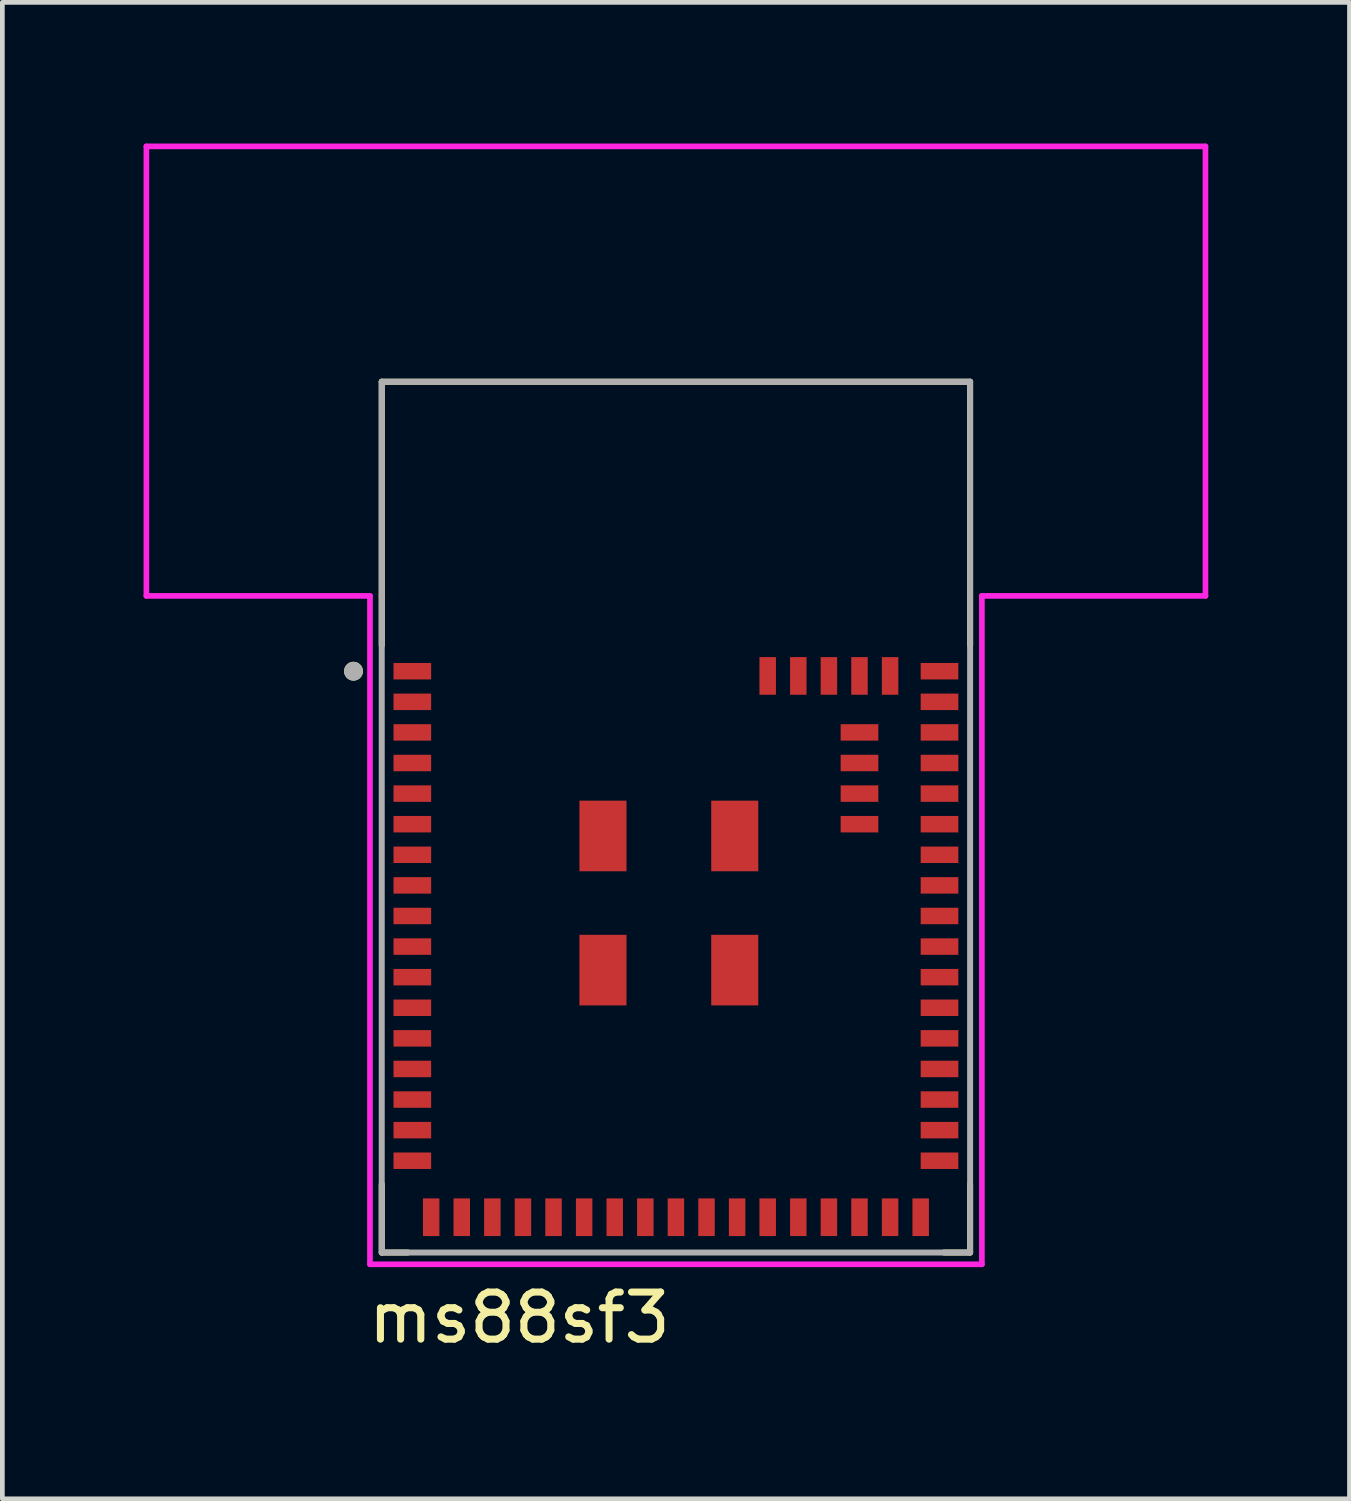
<source format=kicad_pcb>
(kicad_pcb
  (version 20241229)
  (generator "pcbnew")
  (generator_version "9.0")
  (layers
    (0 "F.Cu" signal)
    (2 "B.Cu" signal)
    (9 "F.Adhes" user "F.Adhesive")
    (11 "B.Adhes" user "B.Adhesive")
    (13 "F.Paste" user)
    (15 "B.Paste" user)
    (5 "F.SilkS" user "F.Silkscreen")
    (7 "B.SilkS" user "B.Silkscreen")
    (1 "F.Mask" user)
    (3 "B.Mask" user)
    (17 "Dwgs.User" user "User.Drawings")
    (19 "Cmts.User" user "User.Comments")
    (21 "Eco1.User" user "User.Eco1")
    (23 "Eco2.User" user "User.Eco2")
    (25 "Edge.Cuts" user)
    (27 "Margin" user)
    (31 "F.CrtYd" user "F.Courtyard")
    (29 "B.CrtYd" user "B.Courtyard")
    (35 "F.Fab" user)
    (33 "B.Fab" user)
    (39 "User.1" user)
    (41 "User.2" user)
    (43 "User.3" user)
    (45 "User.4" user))
  (footprint "ms88sf3"
    (layer "F.Cu")
    (at 11.31 14.31)
    (property "Reference" "ms88sf3" (at -3.325 10.635 0) (layer "F.SilkS") (effects (font (size 1 1) (thickness 0.15))))
    (attr smd)
    (fp_line (start -6.25 -9.25) (end 6.25 -9.25) (stroke (width 0.127) (type solid)) (layer "F.SilkS"))
    (fp_line (start -6.25 -3.65) (end -6.25 -9.25) (stroke (width 0.127) (type solid)) (layer "F.SilkS"))
    (fp_line (start -6.25 9.25) (end -6.25 7.8) (stroke (width 0.127) (type solid)) (layer "F.SilkS"))
    (fp_line (start -5.695 9.25) (end -6.25 9.25) (stroke (width 0.127) (type solid)) (layer "F.SilkS"))
    (fp_line (start 6.25 -9.25) (end 6.25 -3.65) (stroke (width 0.127) (type solid)) (layer "F.SilkS"))
    (fp_line (start 6.25 9.25) (end 5.695 9.25) (stroke (width 0.127) (type solid)) (layer "F.SilkS"))
    (fp_line (start 6.25 9.25) (end 6.25 7.8) (stroke (width 0.127) (type solid)) (layer "F.SilkS"))
    (fp_circle (center -6.85 -3.1) (end -6.75 -3.1) (stroke (width 0.2) (type solid)) (fill no) (layer "F.SilkS"))
    (fp_line (start -11.25 -14.25) (end 11.25 -14.25) (stroke (width 0.12) (type solid)) (layer "F.CrtYd"))
    (fp_line (start -11.25 -4.7) (end -11.25 -14.25) (stroke (width 0.12) (type solid)) (layer "F.CrtYd"))
    (fp_line (start -6.5 -4.7) (end -11.25 -4.7) (stroke (width 0.12) (type solid)) (layer "F.CrtYd"))
    (fp_line (start -6.5 -4.7) (end -6.5 9.5) (stroke (width 0.12) (type solid)) (layer "F.CrtYd"))
    (fp_line (start -6.5 9.5) (end 6.5 9.5) (stroke (width 0.12) (type solid)) (layer "F.CrtYd"))
    (fp_line (start 6.5 -4.7) (end 11.25 -4.7) (stroke (width 0.12) (type solid)) (layer "F.CrtYd"))
    (fp_line (start 6.5 9.5) (end 6.5 -4.7) (stroke (width 0.12) (type solid)) (layer "F.CrtYd"))
    (fp_line (start 11.25 -14.25) (end 11.25 -4.7) (stroke (width 0.12) (type solid)) (layer "F.CrtYd"))
    (fp_line (start -6.25 -9.25) (end 6.25 -9.25) (stroke (width 0.127) (type solid)) (layer "F.Fab"))
    (fp_line (start -6.25 -4.7) (end -6.25 -9.25) (stroke (width 0.127) (type solid)) (layer "F.Fab"))
    (fp_line (start -6.25 9.25) (end -6.25 -4.7) (stroke (width 0.127) (type solid)) (layer "F.Fab"))
    (fp_line (start 6.25 -9.25) (end 6.25 -4.7) (stroke (width 0.127) (type solid)) (layer "F.Fab"))
    (fp_line (start 6.25 -4.7) (end 6.25 9.25) (stroke (width 0.127) (type solid)) (layer "F.Fab"))
    (fp_line (start 6.25 9.25) (end -6.25 9.25) (stroke (width 0.127) (type solid)) (layer "F.Fab"))
    (fp_circle (center -6.85 -3.1) (end -6.75 -3.1) (stroke (width 0.2) (type solid)) (fill no) (layer "F.Fab"))
    (pad "1" smd rect (at -5.6 -3.1) (size 0.8 0.35) (layers "F.Cu" "F.Mask" "F.Paste"))
    (pad "2" smd rect (at -5.6 -2.45) (size 0.8 0.35) (layers "F.Cu" "F.Mask" "F.Paste"))
    (pad "3" smd rect (at -5.6 -1.8) (size 0.8 0.35) (layers "F.Cu" "F.Mask" "F.Paste"))
    (pad "4" smd rect (at -5.6 -1.15) (size 0.8 0.35) (layers "F.Cu" "F.Mask" "F.Paste"))
    (pad "5" smd rect (at -5.6 -0.5) (size 0.8 0.35) (layers "F.Cu" "F.Mask" "F.Paste"))
    (pad "6" smd rect (at -5.6 0.15) (size 0.8 0.35) (layers "F.Cu" "F.Mask" "F.Paste"))
    (pad "7" smd rect (at -5.6 0.8) (size 0.8 0.35) (layers "F.Cu" "F.Mask" "F.Paste"))
    (pad "8" smd rect (at -5.6 1.45) (size 0.8 0.35) (layers "F.Cu" "F.Mask" "F.Paste"))
    (pad "9" smd rect (at -5.6 2.1) (size 0.8 0.35) (layers "F.Cu" "F.Mask" "F.Paste"))
    (pad "10" smd rect (at -5.6 2.75) (size 0.8 0.35) (layers "F.Cu" "F.Mask" "F.Paste"))
    (pad "11" smd rect (at -5.6 3.4) (size 0.8 0.35) (layers "F.Cu" "F.Mask" "F.Paste"))
    (pad "12" smd rect (at -5.6 4.05) (size 0.8 0.35) (layers "F.Cu" "F.Mask" "F.Paste"))
    (pad "13" smd rect (at -5.6 4.7) (size 0.8 0.35) (layers "F.Cu" "F.Mask" "F.Paste"))
    (pad "14" smd rect (at -5.6 5.35) (size 0.8 0.35) (layers "F.Cu" "F.Mask" "F.Paste"))
    (pad "15" smd rect (at -5.6 6) (size 0.8 0.35) (layers "F.Cu" "F.Mask" "F.Paste"))
    (pad "16" smd rect (at -5.6 6.65) (size 0.8 0.35) (layers "F.Cu" "F.Mask" "F.Paste"))
    (pad "17" smd rect (at -5.6 7.3) (size 0.8 0.35) (layers "F.Cu" "F.Mask" "F.Paste"))
    (pad "18" smd rect (at -5.2 8.5) (size 0.35 0.8) (layers "F.Cu" "F.Mask" "F.Paste"))
    (pad "19" smd rect (at -4.55 8.5) (size 0.35 0.8) (layers "F.Cu" "F.Mask" "F.Paste"))
    (pad "20" smd rect (at -3.9 8.5) (size 0.35 0.8) (layers "F.Cu" "F.Mask" "F.Paste"))
    (pad "21" smd rect (at -3.25 8.5) (size 0.35 0.8) (layers "F.Cu" "F.Mask" "F.Paste"))
    (pad "22" smd rect (at -2.6 8.5) (size 0.35 0.8) (layers "F.Cu" "F.Mask" "F.Paste"))
    (pad "23" smd rect (at -1.95 8.5) (size 0.35 0.8) (layers "F.Cu" "F.Mask" "F.Paste"))
    (pad "24" smd rect (at -1.3 8.5) (size 0.35 0.8) (layers "F.Cu" "F.Mask" "F.Paste"))
    (pad "25" smd rect (at -0.65 8.5) (size 0.35 0.8) (layers "F.Cu" "F.Mask" "F.Paste"))
    (pad "26" smd rect (at 0 8.5) (size 0.35 0.8) (layers "F.Cu" "F.Mask" "F.Paste"))
    (pad "27" smd rect (at 0.65 8.5) (size 0.35 0.8) (layers "F.Cu" "F.Mask" "F.Paste"))
    (pad "28" smd rect (at 1.3 8.5) (size 0.35 0.8) (layers "F.Cu" "F.Mask" "F.Paste"))
    (pad "29" smd rect (at 1.95 8.5) (size 0.35 0.8) (layers "F.Cu" "F.Mask" "F.Paste"))
    (pad "30" smd rect (at 2.6 8.5) (size 0.35 0.8) (layers "F.Cu" "F.Mask" "F.Paste"))
    (pad "31" smd rect (at 3.25 8.5) (size 0.35 0.8) (layers "F.Cu" "F.Mask" "F.Paste"))
    (pad "32" smd rect (at 3.9 8.5) (size 0.35 0.8) (layers "F.Cu" "F.Mask" "F.Paste"))
    (pad "33" smd rect (at 4.55 8.5) (size 0.35 0.8) (layers "F.Cu" "F.Mask" "F.Paste"))
    (pad "34" smd rect (at 5.2 8.5) (size 0.35 0.8) (layers "F.Cu" "F.Mask" "F.Paste"))
    (pad "35" smd rect (at 5.6 7.3) (size 0.8 0.35) (layers "F.Cu" "F.Mask" "F.Paste"))
    (pad "36" smd rect (at 5.6 6.65) (size 0.8 0.35) (layers "F.Cu" "F.Mask" "F.Paste"))
    (pad "37" smd rect (at 5.6 6) (size 0.8 0.35) (layers "F.Cu" "F.Mask" "F.Paste"))
    (pad "38" smd rect (at 5.6 5.35) (size 0.8 0.35) (layers "F.Cu" "F.Mask" "F.Paste"))
    (pad "39" smd rect (at 5.6 4.7) (size 0.8 0.35) (layers "F.Cu" "F.Mask" "F.Paste"))
    (pad "40" smd rect (at 5.6 4.05) (size 0.8 0.35) (layers "F.Cu" "F.Mask" "F.Paste"))
    (pad "41" smd rect (at 5.6 3.4) (size 0.8 0.35) (layers "F.Cu" "F.Mask" "F.Paste"))
    (pad "42" smd rect (at 5.6 2.75) (size 0.8 0.35) (layers "F.Cu" "F.Mask" "F.Paste"))
    (pad "43" smd rect (at 5.6 2.1) (size 0.8 0.35) (layers "F.Cu" "F.Mask" "F.Paste"))
    (pad "44" smd rect (at 5.6 1.45) (size 0.8 0.35) (layers "F.Cu" "F.Mask" "F.Paste"))
    (pad "45" smd rect (at 5.6 0.8) (size 0.8 0.35) (layers "F.Cu" "F.Mask" "F.Paste"))
    (pad "46" smd rect (at 5.6 0.15) (size 0.8 0.35) (layers "F.Cu" "F.Mask" "F.Paste"))
    (pad "47" smd rect (at 5.6 -0.5) (size 0.8 0.35) (layers "F.Cu" "F.Mask" "F.Paste"))
    (pad "48" smd rect (at 5.6 -1.15) (size 0.8 0.35) (layers "F.Cu" "F.Mask" "F.Paste"))
    (pad "49" smd rect (at 5.6 -1.8) (size 0.8 0.35) (layers "F.Cu" "F.Mask" "F.Paste"))
    (pad "50" smd rect (at 5.6 -2.45) (size 0.8 0.35) (layers "F.Cu" "F.Mask" "F.Paste"))
    (pad "51" smd rect (at 5.6 -3.1) (size 0.8 0.35) (layers "F.Cu" "F.Mask" "F.Paste"))
    (pad "52" smd rect (at 4.55 -3) (size 0.35 0.8) (layers "F.Cu" "F.Mask" "F.Paste"))
    (pad "53" smd rect (at 3.9 -3) (size 0.35 0.8) (layers "F.Cu" "F.Mask" "F.Paste"))
    (pad "54" smd rect (at 3.25 -3) (size 0.35 0.8) (layers "F.Cu" "F.Mask" "F.Paste"))
    (pad "55" smd rect (at 2.6 -3) (size 0.35 0.8) (layers "F.Cu" "F.Mask" "F.Paste"))
    (pad "56" smd rect (at 1.95 -3) (size 0.35 0.8) (layers "F.Cu" "F.Mask" "F.Paste"))
    (pad "57" smd rect (at 3.9 -1.8) (size 0.8 0.35) (layers "F.Cu" "F.Mask" "F.Paste"))
    (pad "58" smd rect (at 3.9 -1.15) (size 0.8 0.35) (layers "F.Cu" "F.Mask" "F.Paste"))
    (pad "59" smd rect (at 3.9 -0.5) (size 0.8 0.35) (layers "F.Cu" "F.Mask" "F.Paste"))
    (pad "60" smd rect (at 3.9 0.15) (size 0.8 0.35) (layers "F.Cu" "F.Mask" "F.Paste"))
    (pad "61" smd rect (at 1.25 0.4) (size 1 1.5) (layers "F.Cu" "F.Mask" "F.Paste"))
    (pad "62" smd rect (at 1.25 3.25) (size 1 1.5) (layers "F.Cu" "F.Mask" "F.Paste"))
    (pad "63" smd rect (at -1.55 3.25) (size 1 1.5) (layers "F.Cu" "F.Mask" "F.Paste"))
    (pad "64" smd rect (at -1.55 0.4) (size 1 1.5) (layers "F.Cu" "F.Mask" "F.Paste"))
    (zone (net_name "") (layers "F.Cu" "B.Cu") (hatch full 0.508) (connect_pads) (min_thickness 0.01) (filled_areas_thickness no) (keepout (tracks not_allowed) (vias not_allowed) (pads not_allowed) (copperpour not_allowed) (footprints allowed)) (placement (enabled no)) (fill) (polygon (pts (xy 0.06 0.06) (xy 22.56 0.06) (xy 22.56 9.61) (xy 0.06 9.61)))))
  (gr_rect
    (start -3 -3)
    (end 25.62 28.793)
    (stroke (width 0.1) (type default))
    (fill no)
    (layer "Edge.Cuts")))
</source>
